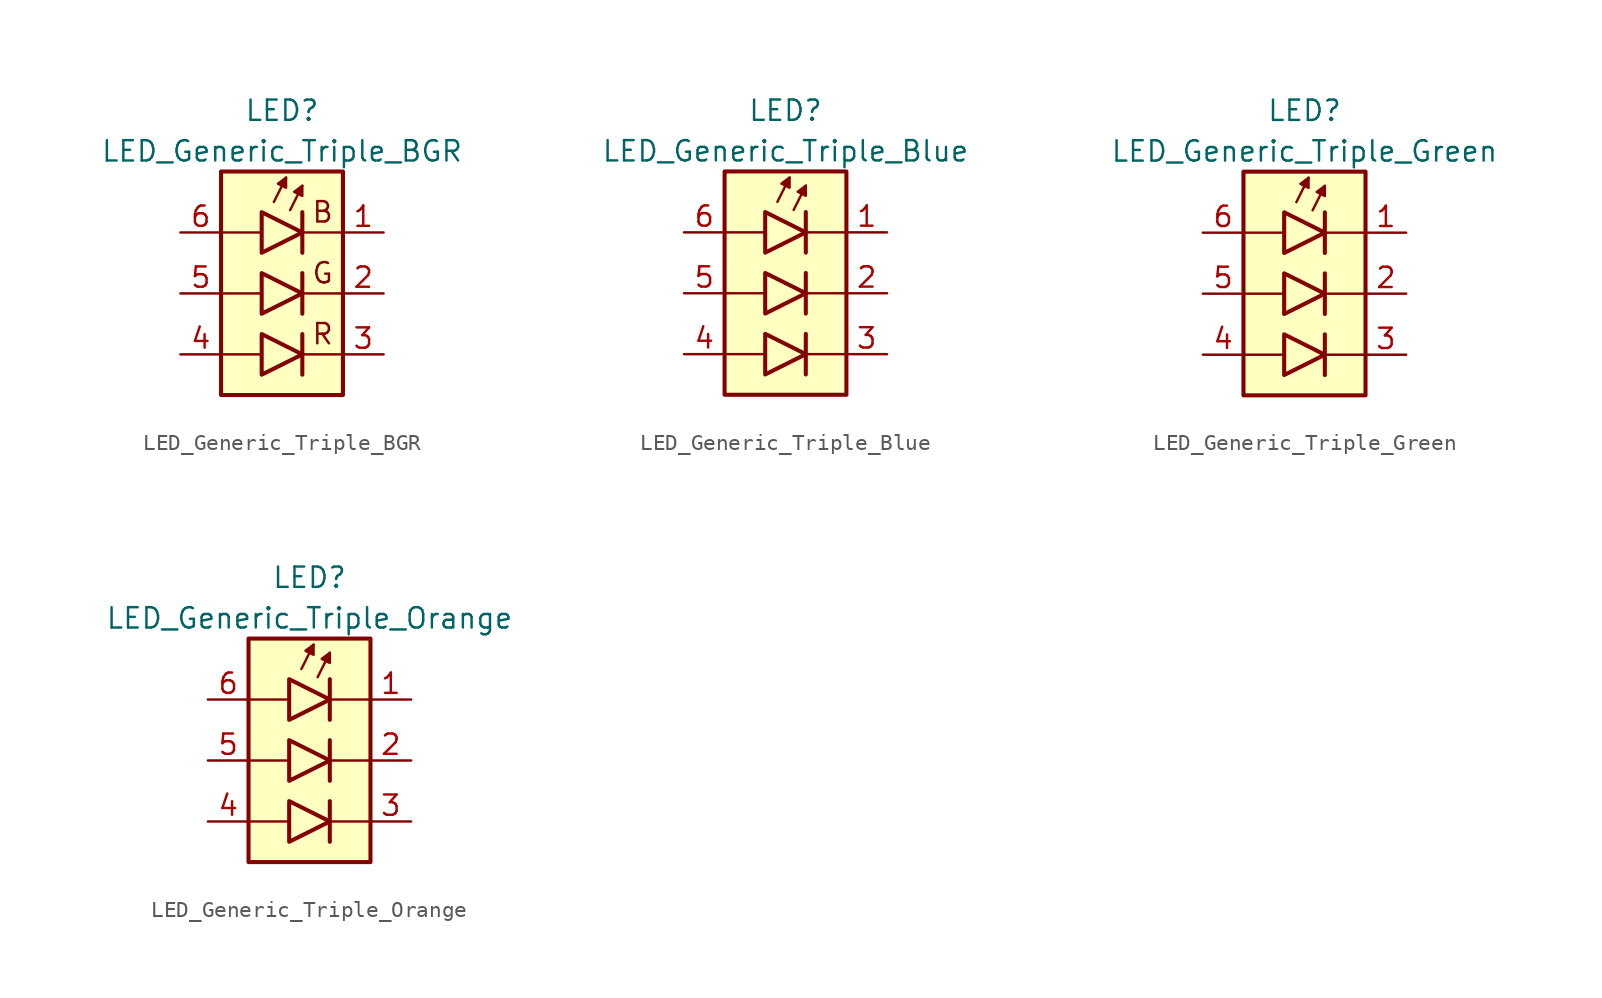
<source format=kicad_sym>
(kicad_symbol_lib
  (version 20231120)
  (generator "kicad_symbol_editor")
  (generator_version "8.0")
  (symbol "LED_Generic_Triple_BGR"
    (pin_names
      (offset 1.016) hide)
    (property "Reference" "LED"
      (at 0 7.62 0)
      (effects (font (size 1.27 1.27))))
    (property "Value" "LED_Generic_Triple_BGR"
      (at 0 5.08 0)
      (effects (font (size 1.27 1.27))))
    (symbol "LED_Generic_Triple_BGR_0_0"
      (text "B" (at 2.54 1.27 0) (effects (font (size 1.27 1.27))))
      (text "G" (at 2.54 -2.54 0) (effects (font (size 1.27 1.27))))
      (text "R" (at 2.54 -6.35 0) (effects (font (size 1.27 1.27)))))
    (symbol "LED_Generic_Triple_BGR_0_1"
      (polyline (pts (xy -3.81 -7.62) (xy -1.27 -7.62)) (stroke (width 0) (type default)) (fill (type none)))
      (polyline (pts (xy -3.81 -3.81) (xy -1.27 -3.81)) (stroke (width 0) (type default)) (fill (type none)))
      (polyline (pts (xy -1.27 0) (xy -3.81 0)) (stroke (width 0) (type default)) (fill (type none)))
      (polyline (pts (xy -0.508 1.905) (xy 0.254 3.429)) (stroke (width 0.152) (type default)) (fill (type none)))
      (polyline (pts (xy 0.508 1.397) (xy 1.27 2.921)) (stroke (width 0.152) (type default)) (fill (type none)))
      (polyline (pts (xy 1.27 -7.62) (xy 3.81 -7.62)) (stroke (width 0) (type default)) (fill (type none)))
      (polyline (pts (xy 1.27 -6.35) (xy 1.27 -8.89)) (stroke (width 0.254) (type default)) (fill (type none)))
      (polyline (pts (xy 1.27 -2.54) (xy 1.27 -5.08)) (stroke (width 0.254) (type default)) (fill (type none)))
      (polyline (pts (xy 1.27 1.27) (xy 1.27 -1.27)) (stroke (width 0.254) (type default)) (fill (type none)))
      (polyline (pts (xy 3.81 -3.81) (xy 1.27 -3.81)) (stroke (width 0) (type default)) (fill (type none)))
      (polyline (pts (xy 3.81 0) (xy 1.27 0)) (stroke (width 0) (type default)) (fill (type none)))
      (polyline (pts (xy -1.27 -6.35) (xy -1.27 -8.89) (xy 1.27 -7.62) (xy -1.27 -6.35)) (stroke (width 0.254) (type default)) (fill (type color) (color 240 30 30 1)))
      (polyline (pts (xy -1.27 -2.54) (xy -1.27 -5.08) (xy 1.27 -3.81) (xy -1.27 -2.54)) (stroke (width 0.254) (type default)) (fill (type color) (color 30 200 30 1)))
      (polyline (pts (xy -1.27 1.27) (xy -1.27 -1.27) (xy 1.27 0) (xy -1.27 1.27)) (stroke (width 0.254) (type default)) (fill (type color) (color 70 70 200 1)))
      (polyline (pts (xy 0.254 2.794) (xy -0.254 3.048) (xy 0.254 3.429) (xy 0.254 2.794)) (stroke (width 0) (type solid)) (fill (type outline)))
      (polyline (pts (xy 1.27 2.286) (xy 0.762 2.54) (xy 1.27 2.921) (xy 1.27 2.286)) (stroke (width 0.152) (type default)) (fill (type outline))))
    (symbol "LED_Generic_Triple_BGR_1_1"
      (rectangle (start -3.81 3.81) (end 3.81 -10.16) (stroke (width 0.254) (type default)) (fill (type background)))
      (pin passive line (at 6.35 0 180) (length 2.54) (name "K1" (effects (font (size 1.27 1.27)))) (number "1" (effects (font (size 1.27 1.27)))))
      (pin passive line (at 6.35 -3.81 180) (length 2.54) (name "K2" (effects (font (size 1.27 1.27)))) (number "2" (effects (font (size 1.27 1.27)))))
      (pin passive line (at 6.35 -7.62 180) (length 2.54) (name "K3" (effects (font (size 1.27 1.27)))) (number "3" (effects (font (size 1.27 1.27)))))
      (pin passive line (at -6.35 -7.62 0) (length 2.54) (name "A3" (effects (font (size 1.27 1.27)))) (number "4" (effects (font (size 1.27 1.27)))))
      (pin passive line (at -6.35 -3.81 0) (length 2.54) (name "A2" (effects (font (size 1.27 1.27)))) (number "5" (effects (font (size 1.27 1.27)))))
      (pin passive line (at -6.35 0 0) (length 2.54) (name "A1" (effects (font (size 1.27 1.27)))) (number "6" (effects (font (size 1.27 1.27)))))))
  (symbol "LED_Generic_Triple_Blue"
    (pin_names
      (offset 1.016) hide)
    (property "Reference" "LED"
      (at 0 7.62 0)
      (effects (font (size 1.27 1.27))))
    (property "Value" "LED_Generic_Triple_Blue"
      (at 0 5.08 0)
      (effects (font (size 1.27 1.27))))
    (symbol "LED_Generic_Triple_Blue_0_1"
      (polyline (pts (xy -3.81 -7.62) (xy -1.27 -7.62)) (stroke (width 0) (type default)) (fill (type none)))
      (polyline (pts (xy -3.81 -3.81) (xy -1.27 -3.81)) (stroke (width 0) (type default)) (fill (type none)))
      (polyline (pts (xy -1.27 0) (xy -3.81 0)) (stroke (width 0) (type default)) (fill (type none)))
      (polyline (pts (xy -0.508 1.905) (xy 0.254 3.429)) (stroke (width 0.152) (type default)) (fill (type none)))
      (polyline (pts (xy 0.508 1.397) (xy 1.27 2.921)) (stroke (width 0.152) (type default)) (fill (type none)))
      (polyline (pts (xy 1.27 -7.62) (xy 3.81 -7.62)) (stroke (width 0) (type default)) (fill (type none)))
      (polyline (pts (xy 1.27 -6.35) (xy 1.27 -8.89)) (stroke (width 0.254) (type default)) (fill (type none)))
      (polyline (pts (xy 1.27 -2.54) (xy 1.27 -5.08)) (stroke (width 0.254) (type default)) (fill (type none)))
      (polyline (pts (xy 1.27 1.27) (xy 1.27 -1.27)) (stroke (width 0.254) (type default)) (fill (type none)))
      (polyline (pts (xy 3.81 -3.81) (xy 1.27 -3.81)) (stroke (width 0) (type default)) (fill (type none)))
      (polyline (pts (xy 3.81 0) (xy 1.27 0)) (stroke (width 0) (type default)) (fill (type none)))
      (polyline (pts (xy -1.27 -6.35) (xy -1.27 -8.89) (xy 1.27 -7.62) (xy -1.27 -6.35)) (stroke (width 0.254) (type default)) (fill (type color) (color 70 70 200 1)))
      (polyline (pts (xy -1.27 -2.54) (xy -1.27 -5.08) (xy 1.27 -3.81) (xy -1.27 -2.54)) (stroke (width 0.254) (type default)) (fill (type color) (color 70 70 200 1)))
      (polyline (pts (xy -1.27 1.27) (xy -1.27 -1.27) (xy 1.27 0) (xy -1.27 1.27)) (stroke (width 0.254) (type default)) (fill (type color) (color 70 70 200 1)))
      (polyline (pts (xy 0.254 2.794) (xy -0.254 3.048) (xy 0.254 3.429) (xy 0.254 2.794)) (stroke (width 0) (type solid)) (fill (type outline)))
      (polyline (pts (xy 1.27 2.286) (xy 0.762 2.54) (xy 1.27 2.921) (xy 1.27 2.286)) (stroke (width 0.152) (type default)) (fill (type outline))))
    (symbol "LED_Generic_Triple_Blue_1_1"
      (rectangle (start -3.81 3.81) (end 3.81 -10.16) (stroke (width 0.254) (type default)) (fill (type background)))
      (pin passive line (at 6.35 0 180) (length 2.54) (name "K1" (effects (font (size 1.27 1.27)))) (number "1" (effects (font (size 1.27 1.27)))))
      (pin passive line (at 6.35 -3.81 180) (length 2.54) (name "K2" (effects (font (size 1.27 1.27)))) (number "2" (effects (font (size 1.27 1.27)))))
      (pin passive line (at 6.35 -7.62 180) (length 2.54) (name "K3" (effects (font (size 1.27 1.27)))) (number "3" (effects (font (size 1.27 1.27)))))
      (pin passive line (at -6.35 -7.62 0) (length 2.54) (name "A3" (effects (font (size 1.27 1.27)))) (number "4" (effects (font (size 1.27 1.27)))))
      (pin passive line (at -6.35 -3.81 0) (length 2.54) (name "A2" (effects (font (size 1.27 1.27)))) (number "5" (effects (font (size 1.27 1.27)))))
      (pin passive line (at -6.35 0 0) (length 2.54) (name "A1" (effects (font (size 1.27 1.27)))) (number "6" (effects (font (size 1.27 1.27)))))))
  (symbol "LED_Generic_Triple_Green"
    (pin_names
      (offset 1.016) hide)
    (property "Reference" "LED"
      (at 0 7.62 0)
      (effects (font (size 1.27 1.27))))
    (property "Value" "LED_Generic_Triple_Green"
      (at 0 5.08 0)
      (effects (font (size 1.27 1.27))))
    (symbol "LED_Generic_Triple_Green_0_1"
      (polyline (pts (xy -3.81 -7.62) (xy -1.27 -7.62)) (stroke (width 0) (type default)) (fill (type none)))
      (polyline (pts (xy -3.81 -3.81) (xy -1.27 -3.81)) (stroke (width 0) (type default)) (fill (type none)))
      (polyline (pts (xy -1.27 0) (xy -3.81 0)) (stroke (width 0) (type default)) (fill (type none)))
      (polyline (pts (xy -0.508 1.905) (xy 0.254 3.429)) (stroke (width 0.152) (type default)) (fill (type none)))
      (polyline (pts (xy 0.508 1.397) (xy 1.27 2.921)) (stroke (width 0.152) (type default)) (fill (type none)))
      (polyline (pts (xy 1.27 -7.62) (xy 3.81 -7.62)) (stroke (width 0) (type default)) (fill (type none)))
      (polyline (pts (xy 1.27 -6.35) (xy 1.27 -8.89)) (stroke (width 0.254) (type default)) (fill (type none)))
      (polyline (pts (xy 1.27 -2.54) (xy 1.27 -5.08)) (stroke (width 0.254) (type default)) (fill (type none)))
      (polyline (pts (xy 1.27 1.27) (xy 1.27 -1.27)) (stroke (width 0.254) (type default)) (fill (type none)))
      (polyline (pts (xy 3.81 -3.81) (xy 1.27 -3.81)) (stroke (width 0) (type default)) (fill (type none)))
      (polyline (pts (xy 3.81 0) (xy 1.27 0)) (stroke (width 0) (type default)) (fill (type none)))
      (polyline (pts (xy -1.27 -6.35) (xy -1.27 -8.89) (xy 1.27 -7.62) (xy -1.27 -6.35)) (stroke (width 0.254) (type default)) (fill (type color) (color 30 200 30 1)))
      (polyline (pts (xy -1.27 -2.54) (xy -1.27 -5.08) (xy 1.27 -3.81) (xy -1.27 -2.54)) (stroke (width 0.254) (type default)) (fill (type color) (color 30 200 30 1)))
      (polyline (pts (xy -1.27 1.27) (xy -1.27 -1.27) (xy 1.27 0) (xy -1.27 1.27)) (stroke (width 0.254) (type default)) (fill (type color) (color 30 200 30 1)))
      (polyline (pts (xy 0.254 2.794) (xy -0.254 3.048) (xy 0.254 3.429) (xy 0.254 2.794)) (stroke (width 0) (type solid)) (fill (type outline)))
      (polyline (pts (xy 1.27 2.286) (xy 0.762 2.54) (xy 1.27 2.921) (xy 1.27 2.286)) (stroke (width 0.152) (type default)) (fill (type outline))))
    (symbol "LED_Generic_Triple_Green_1_1"
      (rectangle (start -3.81 3.81) (end 3.81 -10.16) (stroke (width 0.254) (type default)) (fill (type background)))
      (pin passive line (at 6.35 0 180) (length 2.54) (name "K1" (effects (font (size 1.27 1.27)))) (number "1" (effects (font (size 1.27 1.27)))))
      (pin passive line (at 6.35 -3.81 180) (length 2.54) (name "K2" (effects (font (size 1.27 1.27)))) (number "2" (effects (font (size 1.27 1.27)))))
      (pin passive line (at 6.35 -7.62 180) (length 2.54) (name "K3" (effects (font (size 1.27 1.27)))) (number "3" (effects (font (size 1.27 1.27)))))
      (pin passive line (at -6.35 -7.62 0) (length 2.54) (name "A3" (effects (font (size 1.27 1.27)))) (number "4" (effects (font (size 1.27 1.27)))))
      (pin passive line (at -6.35 -3.81 0) (length 2.54) (name "A2" (effects (font (size 1.27 1.27)))) (number "5" (effects (font (size 1.27 1.27)))))
      (pin passive line (at -6.35 0 0) (length 2.54) (name "A1" (effects (font (size 1.27 1.27)))) (number "6" (effects (font (size 1.27 1.27)))))))
  (symbol "LED_Generic_Triple_Orange"
    (pin_names
      (offset 1.016) hide)
    (property "Reference" "LED"
      (at 0 7.62 0)
      (effects (font (size 1.27 1.27))))
    (property "Value" "LED_Generic_Triple_Orange"
      (at 0 5.08 0)
      (effects (font (size 1.27 1.27))))
    (symbol "LED_Generic_Triple_Orange_0_1"
      (polyline (pts (xy -3.81 -7.62) (xy -1.27 -7.62)) (stroke (width 0) (type default)) (fill (type none)))
      (polyline (pts (xy -3.81 -3.81) (xy -1.27 -3.81)) (stroke (width 0) (type default)) (fill (type none)))
      (polyline (pts (xy -1.27 0) (xy -3.81 0)) (stroke (width 0) (type default)) (fill (type none)))
      (polyline (pts (xy -0.508 1.905) (xy 0.254 3.429)) (stroke (width 0.152) (type default)) (fill (type none)))
      (polyline (pts (xy 0.508 1.397) (xy 1.27 2.921)) (stroke (width 0.152) (type default)) (fill (type none)))
      (polyline (pts (xy 1.27 -7.62) (xy 3.81 -7.62)) (stroke (width 0) (type default)) (fill (type none)))
      (polyline (pts (xy 1.27 -6.35) (xy 1.27 -8.89)) (stroke (width 0.254) (type default)) (fill (type none)))
      (polyline (pts (xy 1.27 -2.54) (xy 1.27 -5.08)) (stroke (width 0.254) (type default)) (fill (type none)))
      (polyline (pts (xy 1.27 1.27) (xy 1.27 -1.27)) (stroke (width 0.254) (type default)) (fill (type none)))
      (polyline (pts (xy 3.81 -3.81) (xy 1.27 -3.81)) (stroke (width 0) (type default)) (fill (type none)))
      (polyline (pts (xy 3.81 0) (xy 1.27 0)) (stroke (width 0) (type default)) (fill (type none)))
      (polyline (pts (xy -1.27 -6.35) (xy -1.27 -8.89) (xy 1.27 -7.62) (xy -1.27 -6.35)) (stroke (width 0.254) (type default)) (fill (type color) (color 220 115 50 1)))
      (polyline (pts (xy -1.27 -2.54) (xy -1.27 -5.08) (xy 1.27 -3.81) (xy -1.27 -2.54)) (stroke (width 0.254) (type default)) (fill (type color) (color 220 115 50 1)))
      (polyline (pts (xy -1.27 1.27) (xy -1.27 -1.27) (xy 1.27 0) (xy -1.27 1.27)) (stroke (width 0.254) (type default)) (fill (type color) (color 220 115 50 1)))
      (polyline (pts (xy 0.254 2.794) (xy -0.254 3.048) (xy 0.254 3.429) (xy 0.254 2.794)) (stroke (width 0) (type solid)) (fill (type outline)))
      (polyline (pts (xy 1.27 2.286) (xy 0.762 2.54) (xy 1.27 2.921) (xy 1.27 2.286)) (stroke (width 0.152) (type default)) (fill (type outline))))
    (symbol "LED_Generic_Triple_Orange_1_1"
      (rectangle (start -3.81 3.81) (end 3.81 -10.16) (stroke (width 0.254) (type default)) (fill (type background)))
      (pin passive line (at 6.35 0 180) (length 2.54) (name "K1" (effects (font (size 1.27 1.27)))) (number "1" (effects (font (size 1.27 1.27)))))
      (pin passive line (at 6.35 -3.81 180) (length 2.54) (name "K2" (effects (font (size 1.27 1.27)))) (number "2" (effects (font (size 1.27 1.27)))))
      (pin passive line (at 6.35 -7.62 180) (length 2.54) (name "K3" (effects (font (size 1.27 1.27)))) (number "3" (effects (font (size 1.27 1.27)))))
      (pin passive line (at -6.35 -7.62 0) (length 2.54) (name "A3" (effects (font (size 1.27 1.27)))) (number "4" (effects (font (size 1.27 1.27)))))
      (pin passive line (at -6.35 -3.81 0) (length 2.54) (name "A2" (effects (font (size 1.27 1.27)))) (number "5" (effects (font (size 1.27 1.27)))))
      (pin passive line (at -6.35 0 0) (length 2.54) (name "A1" (effects (font (size 1.27 1.27)))) (number "6" (effects (font (size 1.27 1.27))))))))
</source>
